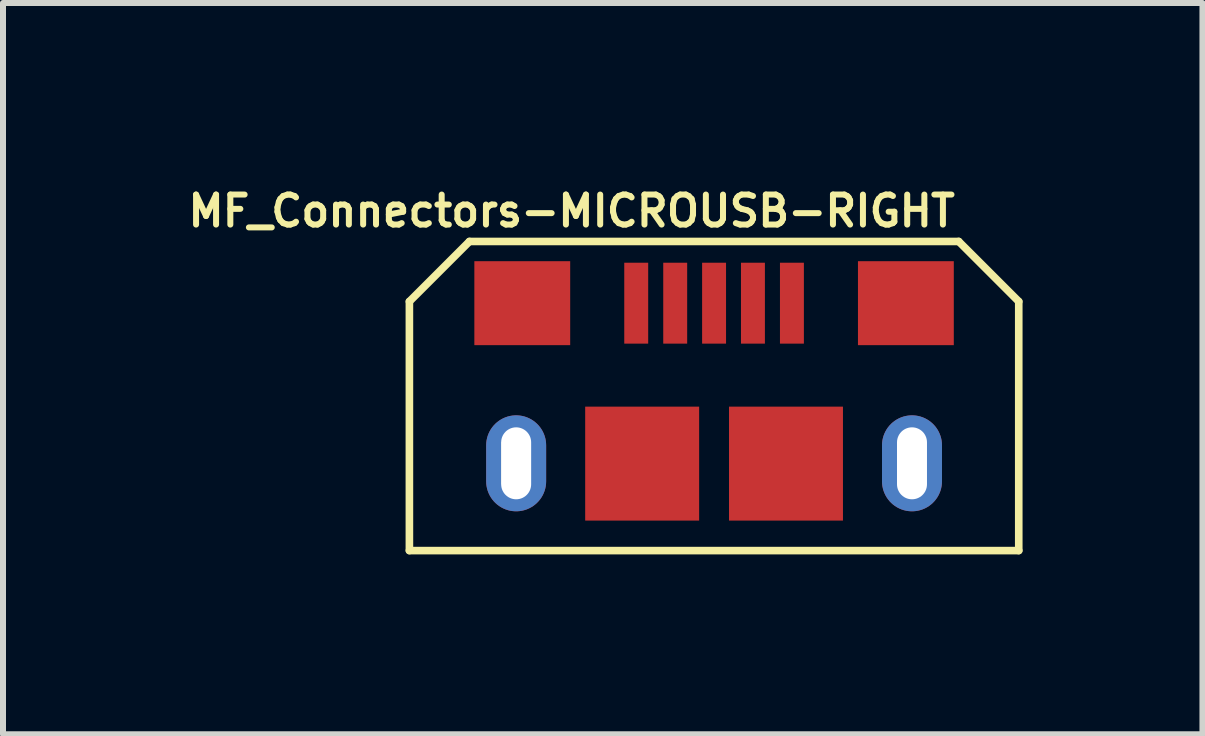
<source format=kicad_pcb>
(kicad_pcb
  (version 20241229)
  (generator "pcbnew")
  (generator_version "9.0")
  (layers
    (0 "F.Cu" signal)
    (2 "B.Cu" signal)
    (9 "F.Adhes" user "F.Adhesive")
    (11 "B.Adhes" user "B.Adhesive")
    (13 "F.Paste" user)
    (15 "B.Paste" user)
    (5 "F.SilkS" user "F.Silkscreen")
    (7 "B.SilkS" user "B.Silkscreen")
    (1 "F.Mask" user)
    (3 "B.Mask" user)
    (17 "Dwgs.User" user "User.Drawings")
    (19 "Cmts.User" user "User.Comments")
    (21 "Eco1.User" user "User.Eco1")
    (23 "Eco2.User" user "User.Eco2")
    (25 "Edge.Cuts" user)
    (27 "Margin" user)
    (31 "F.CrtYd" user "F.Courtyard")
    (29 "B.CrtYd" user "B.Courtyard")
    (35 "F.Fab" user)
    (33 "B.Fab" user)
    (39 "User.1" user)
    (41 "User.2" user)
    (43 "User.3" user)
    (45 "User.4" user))
  (footprint "MF_Connectors-MICROUSB-RIGHT"
    (layer "F.Cu")
    (at 8.856 3.275)
    (property "Reference" "MF_Connectors-MICROUSB-RIGHT" (at -2.375 -2.807 0) (layer "F.SilkS") (effects (font (size 0.5 0.5) (thickness 0.1))))
    (attr smd)
    (fp_line (start -5.08 -1.298) (end -4.079 -2.299) (stroke (width 0.127) (type solid)) (layer "F.SilkS"))
    (fp_line (start -5.08 2.855) (end -5.08 -1.298) (stroke (width 0.127) (type solid)) (layer "F.SilkS"))
    (fp_line (start -5.08 2.855) (end 5.08 2.855) (stroke (width 0.127) (type solid)) (layer "F.SilkS"))
    (fp_line (start -4.079 -2.299) (end 4.079 -2.299) (stroke (width 0.127) (type solid)) (layer "F.SilkS"))
    (fp_line (start -3.548 1.049) (end -3.548 1.748) (stroke (width 0.008) (type solid)) (layer "F.SilkS"))
    (fp_line (start 4.079 -2.299) (end 5.08 -1.298) (stroke (width 0.127) (type solid)) (layer "F.SilkS"))
    (fp_line (start 5.08 -1.298) (end 5.08 2.855) (stroke (width 0.127) (type solid)) (layer "F.SilkS"))
    (pad "1" smd rect (at -1.298 -1.27 180) (size 0.399 1.349) (layers "F.Cu" "F.Mask" "F.Paste"))
    (pad "2" smd rect (at -0.648 -1.27 180) (size 0.399 1.349) (layers "F.Cu" "F.Mask" "F.Paste"))
    (pad "3" smd rect (at 0 -1.27 180) (size 0.399 1.349) (layers "F.Cu" "F.Mask" "F.Paste"))
    (pad "4" smd rect (at 0.648 -1.27 180) (size 0.399 1.349) (layers "F.Cu" "F.Mask" "F.Paste"))
    (pad "5" smd rect (at 1.298 -1.27 180) (size 0.399 1.349) (layers "F.Cu" "F.Mask" "F.Paste"))
    (pad "S1" thru_hole oval (at -3.3 1.4) (size 1 1.6) (drill oval 0.5 1.2) (layers "*.Cu" "*.Mask" "F.Paste"))
    (pad "S2" thru_hole oval (at 3.3 1.4) (size 1 1.6) (drill oval 0.5 1.2) (layers "*.Cu" "*.Mask" "F.Paste"))
    (pad "S3" smd rect (at -3.198 -1.27 90) (size 1.4 1.598) (layers "F.Cu" "F.Mask" "F.Paste"))
    (pad "S4" smd rect (at 3.198 -1.27 90) (size 1.4 1.598) (layers "F.Cu" "F.Mask" "F.Paste"))
    (pad "S5" smd rect (at -1.199 1.405) (size 1.9 1.9) (layers "F.Cu" "F.Mask" "F.Paste"))
    (pad "S6" smd rect (at 1.199 1.405) (size 1.9 1.9) (layers "F.Cu" "F.Mask" "F.Paste")))
  (gr_rect
    (start -3 -3)
    (end 16.999 9.193)
    (stroke (width 0.1) (type default))
    (fill no)
    (layer "Edge.Cuts")))
</source>
